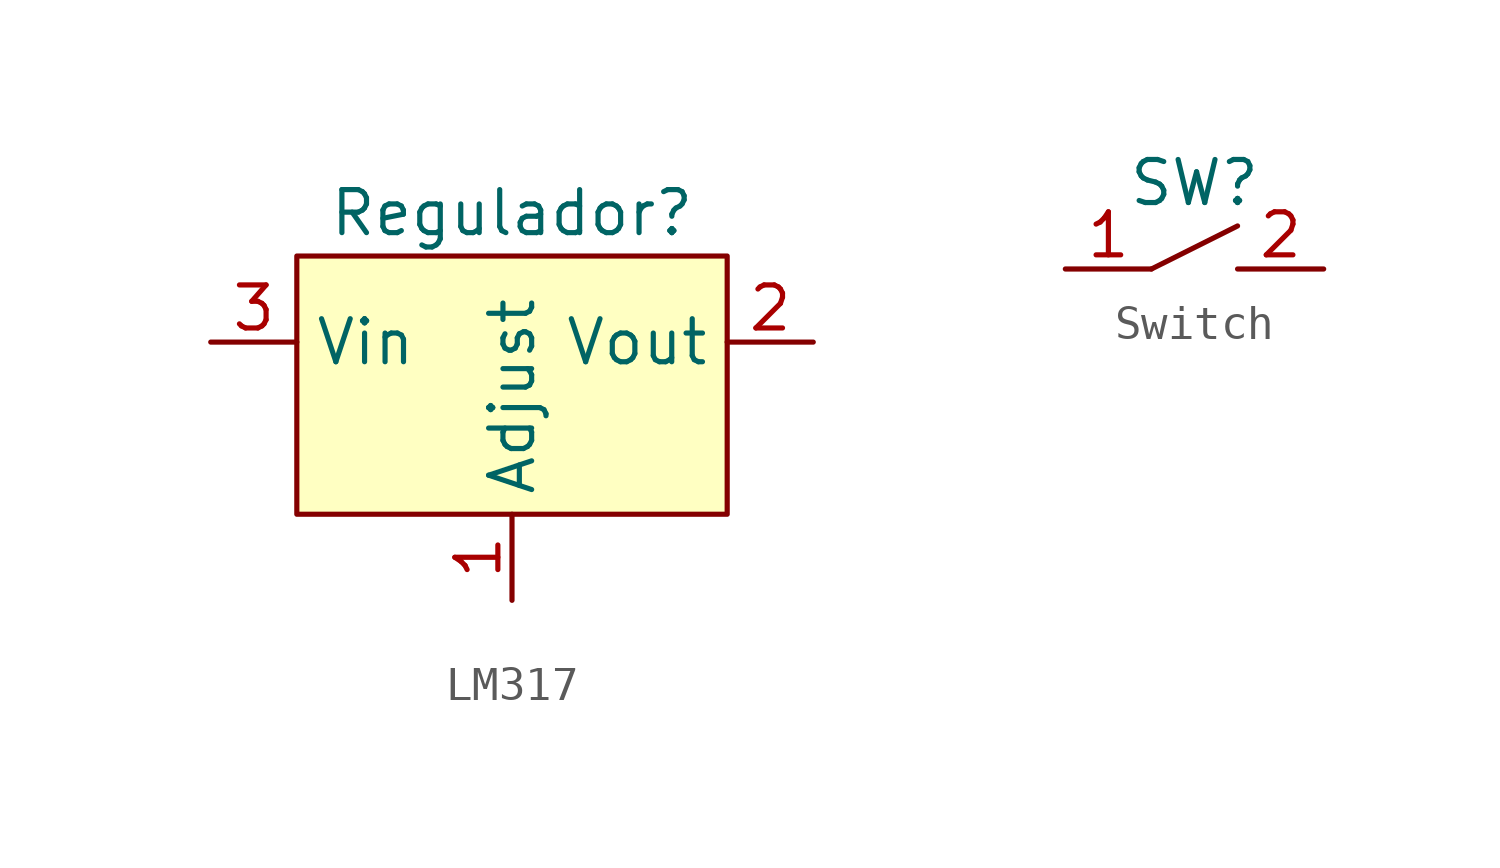
<source format=kicad_sym>
(kicad_symbol_lib
  (version 20231120)
  (generator "kicad_symbol_editor")
  (generator_version "8.0")
  (symbol "LM317"
    (property "Reference" "Regulador"
      (at 0 0 0)
      (effects (font (size 1.27 1.27))))
    (property "Value" ""
      (at 0 0 0)
      (effects (font (size 1.27 1.27))))
    (symbol "LM317_1_1"
      (rectangle (start -6.35 -1.27) (end 6.35 -8.89) (stroke (width 0) (type default)) (fill (type background)))
      (pin bidirectional line (at 0 -11.43 90) (length 2.54) (name "Adjust" (effects (font (size 1.27 1.27)))) (number "1" (effects (font (size 1.27 1.27)))))
      (pin bidirectional line (at 8.89 -3.81 180) (length 2.54) (name "Vout" (effects (font (size 1.27 1.27)))) (number "2" (effects (font (size 1.27 1.27)))))
      (pin bidirectional line (at -8.89 -3.81 0) (length 2.54) (name "Vin" (effects (font (size 1.27 1.27)))) (number "3" (effects (font (size 1.27 1.27)))))))
  (symbol "Switch"
    (property "Reference" "SW"
      (at 0 0 0)
      (effects (font (size 1.27 1.27))))
    (property "Value" ""
      (at 0 0 0)
      (effects (font (size 1.27 1.27))))
    (symbol "Switch_0_1"
      (polyline (pts (xy -1.27 -2.54) (xy 1.27 -1.27)) (stroke (width 0) (type default)) (fill (type none))))
    (symbol "Switch_1_1"
      (pin bidirectional line (at -3.81 -2.54 0) (length 2.54) (name "" (effects (font (size 1.27 1.27)))) (number "1" (effects (font (size 1.27 1.27)))))
      (pin bidirectional line (at 3.81 -2.54 180) (length 2.54) (name "" (effects (font (size 1.27 1.27)))) (number "2" (effects (font (size 1.27 1.27))))))))
</source>
